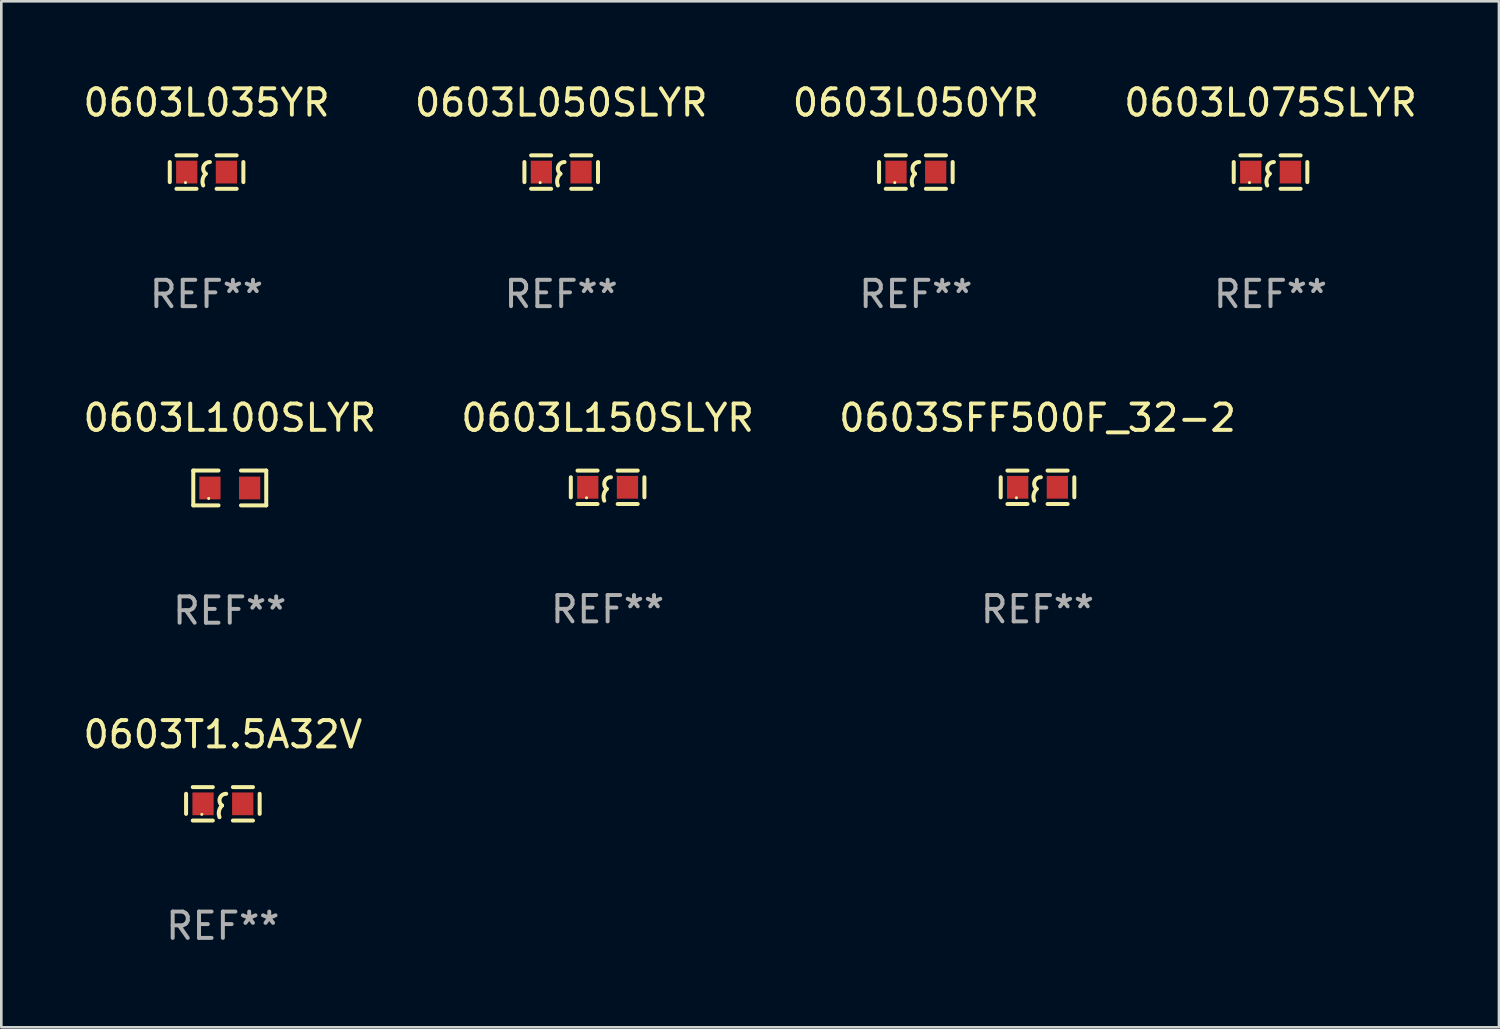
<source format=kicad_pcb>
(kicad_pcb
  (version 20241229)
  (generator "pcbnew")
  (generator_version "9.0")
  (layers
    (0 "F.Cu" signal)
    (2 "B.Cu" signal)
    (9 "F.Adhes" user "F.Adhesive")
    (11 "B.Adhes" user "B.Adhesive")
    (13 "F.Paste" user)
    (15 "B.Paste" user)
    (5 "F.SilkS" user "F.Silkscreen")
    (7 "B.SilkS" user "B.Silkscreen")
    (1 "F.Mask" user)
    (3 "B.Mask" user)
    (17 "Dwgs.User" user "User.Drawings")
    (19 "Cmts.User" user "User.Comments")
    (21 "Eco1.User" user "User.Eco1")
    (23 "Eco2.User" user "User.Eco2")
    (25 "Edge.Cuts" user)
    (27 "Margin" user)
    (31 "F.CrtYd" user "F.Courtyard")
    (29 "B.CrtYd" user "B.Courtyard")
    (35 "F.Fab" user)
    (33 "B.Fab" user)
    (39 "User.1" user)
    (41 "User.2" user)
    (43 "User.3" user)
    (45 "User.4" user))
  (footprint "0603L100SLYR"
    (layer "F.Cu")
    (at 5.673 15.475)
    (property "Reference" "0603L100SLYR" (at 0 -2.661 0) (layer "F.SilkS") (effects (font (size 1 1) (thickness 0.15))))
    (attr through_hole)
    (fp_line (start -1.385 -0.661) (end -0.426 -0.661) (stroke (width 0.152) (type solid)) (layer "F.SilkS"))
    (fp_line (start -1.385 0.661) (end -1.385 -0.661) (stroke (width 0.152) (type solid)) (layer "F.SilkS"))
    (fp_line (start -0.426 0.661) (end -1.385 0.661) (stroke (width 0.152) (type solid)) (layer "F.SilkS"))
    (fp_line (start 0.426 0.661) (end 1.385 0.661) (stroke (width 0.152) (type solid)) (layer "F.SilkS"))
    (fp_line (start 1.385 -0.661) (end 0.426 -0.661) (stroke (width 0.152) (type solid)) (layer "F.SilkS"))
    (fp_line (start 1.385 0.661) (end 1.385 -0.661) (stroke (width 0.152) (type solid)) (layer "F.SilkS"))
    (fp_circle (center -0.8 0.4) (end -0.77 0.4) (stroke (width 0.06) (type solid)) (fill no) (layer "F.SilkS"))
    (fp_text user "REF**" (at 0 4.661 0) (layer "F.Fab") (effects (font (size 1 1) (thickness 0.15))))
    (pad "1" smd rect (at -0.753 0) (size 0.806 0.864) (layers "F.Cu" "F.Mask" "F.Paste"))
    (pad "2" smd rect (at 0.753 0) (size 0.806 0.864) (layers "F.Cu" "F.Mask" "F.Paste")))
  (footprint "0603L150SLYR"
    (layer "F.Cu")
    (at 20.018 15.45)
    (property "Reference" "0603L150SLYR" (at 0 -2.635 0) (layer "F.SilkS") (effects (font (size 1 1) (thickness 0.15))))
    (attr through_hole)
    (fp_line (start -1.397 -0.381) (end -1.397 0.381) (stroke (width 0.152) (type solid)) (layer "F.SilkS"))
    (fp_line (start -0.381 -0.635) (end -1.143 -0.635) (stroke (width 0.152) (type solid)) (layer "F.SilkS"))
    (fp_line (start -0.381 0.635) (end -1.143 0.635) (stroke (width 0.152) (type solid)) (layer "F.SilkS"))
    (fp_line (start 0.381 -0.635) (end 1.143 -0.635) (stroke (width 0.152) (type solid)) (layer "F.SilkS"))
    (fp_line (start 0.381 0.635) (end 1.143 0.635) (stroke (width 0.152) (type solid)) (layer "F.SilkS"))
    (fp_line (start 1.397 -0.381) (end 1.397 0.381) (stroke (width 0.152) (type solid)) (layer "F.SilkS"))
    (fp_arc (start -0.127 0.508001) (mid -0.146523 0.271131) (end -0.030861 0.0635) (stroke (width 0.151994) (type solid)) (layer "F.SilkS"))
    (fp_arc (start -0.03175 0.0635) (mid -0.113571 -0.216321) (end 0.127001 -0.381002) (stroke (width 0.151994) (type solid)) (layer "F.SilkS"))
    (fp_circle (center -0.8 0.4) (end -0.77 0.4) (stroke (width 0.06) (type solid)) (fill no) (layer "F.SilkS"))
    (fp_text user "REF**" (at 0 4.635 0) (layer "F.Fab") (effects (font (size 1 1) (thickness 0.15))))
    (pad "1" smd rect (at -0.753 0) (size 0.806 0.864) (layers "F.Cu" "F.Mask" "F.Paste"))
    (pad "2" smd rect (at 0.753 0) (size 0.806 0.864) (layers "F.Cu" "F.Mask" "F.Paste")))
  (footprint "0603T1.5A32V"
    (layer "F.Cu")
    (at 5.411 27.467)
    (property "Reference" "0603T1.5A32V" (at 0 -2.635 0) (layer "F.SilkS") (effects (font (size 1 1) (thickness 0.15))))
    (attr through_hole)
    (fp_line (start -1.397 -0.381) (end -1.397 0.381) (stroke (width 0.152) (type solid)) (layer "F.SilkS"))
    (fp_line (start -0.381 -0.635) (end -1.143 -0.635) (stroke (width 0.152) (type solid)) (layer "F.SilkS"))
    (fp_line (start -0.381 0.635) (end -1.143 0.635) (stroke (width 0.152) (type solid)) (layer "F.SilkS"))
    (fp_line (start 0.381 -0.635) (end 1.143 -0.635) (stroke (width 0.152) (type solid)) (layer "F.SilkS"))
    (fp_line (start 0.381 0.635) (end 1.143 0.635) (stroke (width 0.152) (type solid)) (layer "F.SilkS"))
    (fp_line (start 1.397 -0.381) (end 1.397 0.381) (stroke (width 0.152) (type solid)) (layer "F.SilkS"))
    (fp_arc (start -0.127 0.508001) (mid -0.146523 0.271131) (end -0.030861 0.0635) (stroke (width 0.151994) (type solid)) (layer "F.SilkS"))
    (fp_arc (start -0.03175 0.0635) (mid -0.113571 -0.216321) (end 0.127001 -0.381002) (stroke (width 0.151994) (type solid)) (layer "F.SilkS"))
    (fp_circle (center -0.8 0.4) (end -0.77 0.4) (stroke (width 0.06) (type solid)) (fill no) (layer "F.SilkS"))
    (fp_text user "REF**" (at 0 4.635 0) (layer "F.Fab") (effects (font (size 1 1) (thickness 0.15))))
    (pad "1" smd rect (at -0.753 0) (size 0.806 0.864) (layers "F.Cu" "F.Mask" "F.Paste"))
    (pad "2" smd rect (at 0.753 0) (size 0.806 0.864) (layers "F.Cu" "F.Mask" "F.Paste")))
  (footprint "0603L050SLYR"
    (layer "F.Cu")
    (at 18.256 3.483)
    (property "Reference" "0603L050SLYR" (at 0 -2.635 0) (layer "F.SilkS") (effects (font (size 1 1) (thickness 0.15))))
    (attr through_hole)
    (fp_line (start -1.397 -0.381) (end -1.397 0.381) (stroke (width 0.152) (type solid)) (layer "F.SilkS"))
    (fp_line (start -0.381 -0.635) (end -1.143 -0.635) (stroke (width 0.152) (type solid)) (layer "F.SilkS"))
    (fp_line (start -0.381 0.635) (end -1.143 0.635) (stroke (width 0.152) (type solid)) (layer "F.SilkS"))
    (fp_line (start 0.381 -0.635) (end 1.143 -0.635) (stroke (width 0.152) (type solid)) (layer "F.SilkS"))
    (fp_line (start 0.381 0.635) (end 1.143 0.635) (stroke (width 0.152) (type solid)) (layer "F.SilkS"))
    (fp_line (start 1.397 -0.381) (end 1.397 0.381) (stroke (width 0.152) (type solid)) (layer "F.SilkS"))
    (fp_arc (start -0.127 0.508001) (mid -0.146523 0.271131) (end -0.030861 0.0635) (stroke (width 0.151994) (type solid)) (layer "F.SilkS"))
    (fp_arc (start -0.03175 0.0635) (mid -0.113571 -0.216321) (end 0.127001 -0.381002) (stroke (width 0.151994) (type solid)) (layer "F.SilkS"))
    (fp_circle (center -0.8 0.4) (end -0.77 0.4) (stroke (width 0.06) (type solid)) (fill no) (layer "F.SilkS"))
    (fp_text user "REF**" (at 0 4.635 0) (layer "F.Fab") (effects (font (size 1 1) (thickness 0.15))))
    (pad "1" smd rect (at -0.753 0) (size 0.806 0.864) (layers "F.Cu" "F.Mask" "F.Paste"))
    (pad "2" smd rect (at 0.753 0) (size 0.806 0.864) (layers "F.Cu" "F.Mask" "F.Paste")))
  (footprint "0603L050YR"
    (layer "F.Cu")
    (at 31.72 3.483)
    (property "Reference" "0603L050YR" (at 0 -2.635 0) (layer "F.SilkS") (effects (font (size 1 1) (thickness 0.15))))
    (attr through_hole)
    (fp_line (start -1.397 -0.381) (end -1.397 0.381) (stroke (width 0.152) (type solid)) (layer "F.SilkS"))
    (fp_line (start -0.381 -0.635) (end -1.143 -0.635) (stroke (width 0.152) (type solid)) (layer "F.SilkS"))
    (fp_line (start -0.381 0.635) (end -1.143 0.635) (stroke (width 0.152) (type solid)) (layer "F.SilkS"))
    (fp_line (start 0.381 -0.635) (end 1.143 -0.635) (stroke (width 0.152) (type solid)) (layer "F.SilkS"))
    (fp_line (start 0.381 0.635) (end 1.143 0.635) (stroke (width 0.152) (type solid)) (layer "F.SilkS"))
    (fp_line (start 1.397 -0.381) (end 1.397 0.381) (stroke (width 0.152) (type solid)) (layer "F.SilkS"))
    (fp_arc (start -0.127 0.508001) (mid -0.146523 0.271131) (end -0.030861 0.0635) (stroke (width 0.151994) (type solid)) (layer "F.SilkS"))
    (fp_arc (start -0.03175 0.0635) (mid -0.113571 -0.216321) (end 0.127001 -0.381002) (stroke (width 0.151994) (type solid)) (layer "F.SilkS"))
    (fp_circle (center -0.8 0.4) (end -0.77 0.4) (stroke (width 0.06) (type solid)) (fill no) (layer "F.SilkS"))
    (fp_text user "REF**" (at 0 4.635 0) (layer "F.Fab") (effects (font (size 1 1) (thickness 0.15))))
    (pad "1" smd rect (at -0.753 0) (size 0.806 0.864) (layers "F.Cu" "F.Mask" "F.Paste"))
    (pad "2" smd rect (at 0.753 0) (size 0.806 0.864) (layers "F.Cu" "F.Mask" "F.Paste")))
  (footprint "0603L075SLYR"
    (layer "F.Cu")
    (at 45.185 3.483)
    (property "Reference" "0603L075SLYR" (at 0 -2.635 0) (layer "F.SilkS") (effects (font (size 1 1) (thickness 0.15))))
    (attr through_hole)
    (fp_line (start -1.397 -0.381) (end -1.397 0.381) (stroke (width 0.152) (type solid)) (layer "F.SilkS"))
    (fp_line (start -0.381 -0.635) (end -1.143 -0.635) (stroke (width 0.152) (type solid)) (layer "F.SilkS"))
    (fp_line (start -0.381 0.635) (end -1.143 0.635) (stroke (width 0.152) (type solid)) (layer "F.SilkS"))
    (fp_line (start 0.381 -0.635) (end 1.143 -0.635) (stroke (width 0.152) (type solid)) (layer "F.SilkS"))
    (fp_line (start 0.381 0.635) (end 1.143 0.635) (stroke (width 0.152) (type solid)) (layer "F.SilkS"))
    (fp_line (start 1.397 -0.381) (end 1.397 0.381) (stroke (width 0.152) (type solid)) (layer "F.SilkS"))
    (fp_arc (start -0.127 0.508001) (mid -0.146523 0.271131) (end -0.030861 0.0635) (stroke (width 0.151994) (type solid)) (layer "F.SilkS"))
    (fp_arc (start -0.03175 0.0635) (mid -0.113571 -0.216321) (end 0.127001 -0.381002) (stroke (width 0.151994) (type solid)) (layer "F.SilkS"))
    (fp_circle (center -0.8 0.4) (end -0.77 0.4) (stroke (width 0.06) (type solid)) (fill no) (layer "F.SilkS"))
    (fp_text user "REF**" (at 0 4.635 0) (layer "F.Fab") (effects (font (size 1 1) (thickness 0.15))))
    (pad "1" smd rect (at -0.753 0) (size 0.806 0.864) (layers "F.Cu" "F.Mask" "F.Paste"))
    (pad "2" smd rect (at 0.753 0) (size 0.806 0.864) (layers "F.Cu" "F.Mask" "F.Paste")))
  (footprint "0603SFF500F_32-2"
    (layer "F.Cu")
    (at 36.339 15.45)
    (property "Reference" "0603SFF500F_32-2" (at 0 -2.635 0) (layer "F.SilkS") (effects (font (size 1 1) (thickness 0.15))))
    (attr through_hole)
    (fp_line (start -1.397 -0.381) (end -1.397 0.381) (stroke (width 0.152) (type solid)) (layer "F.SilkS"))
    (fp_line (start -0.381 -0.635) (end -1.143 -0.635) (stroke (width 0.152) (type solid)) (layer "F.SilkS"))
    (fp_line (start -0.381 0.635) (end -1.143 0.635) (stroke (width 0.152) (type solid)) (layer "F.SilkS"))
    (fp_line (start 0.381 -0.635) (end 1.143 -0.635) (stroke (width 0.152) (type solid)) (layer "F.SilkS"))
    (fp_line (start 0.381 0.635) (end 1.143 0.635) (stroke (width 0.152) (type solid)) (layer "F.SilkS"))
    (fp_line (start 1.397 -0.381) (end 1.397 0.381) (stroke (width 0.152) (type solid)) (layer "F.SilkS"))
    (fp_arc (start -0.127 0.508001) (mid -0.146523 0.271131) (end -0.030861 0.0635) (stroke (width 0.151994) (type solid)) (layer "F.SilkS"))
    (fp_arc (start -0.03175 0.0635) (mid -0.113571 -0.216321) (end 0.127001 -0.381002) (stroke (width 0.151994) (type solid)) (layer "F.SilkS"))
    (fp_circle (center -0.8 0.4) (end -0.77 0.4) (stroke (width 0.06) (type solid)) (fill no) (layer "F.SilkS"))
    (fp_text user "REF**" (at 0 4.635 0) (layer "F.Fab") (effects (font (size 1 1) (thickness 0.15))))
    (pad "1" smd rect (at -0.753 0) (size 0.806 0.864) (layers "F.Cu" "F.Mask" "F.Paste"))
    (pad "2" smd rect (at 0.753 0) (size 0.806 0.864) (layers "F.Cu" "F.Mask" "F.Paste")))
  (footprint "0603L035YR"
    (layer "F.Cu")
    (at 4.792 3.483)
    (property "Reference" "0603L035YR" (at 0 -2.635 0) (layer "F.SilkS") (effects (font (size 1 1) (thickness 0.15))))
    (attr through_hole)
    (fp_line (start -1.397 -0.381) (end -1.397 0.381) (stroke (width 0.152) (type solid)) (layer "F.SilkS"))
    (fp_line (start -0.381 -0.635) (end -1.143 -0.635) (stroke (width 0.152) (type solid)) (layer "F.SilkS"))
    (fp_line (start -0.381 0.635) (end -1.143 0.635) (stroke (width 0.152) (type solid)) (layer "F.SilkS"))
    (fp_line (start 0.381 -0.635) (end 1.143 -0.635) (stroke (width 0.152) (type solid)) (layer "F.SilkS"))
    (fp_line (start 0.381 0.635) (end 1.143 0.635) (stroke (width 0.152) (type solid)) (layer "F.SilkS"))
    (fp_line (start 1.397 -0.381) (end 1.397 0.381) (stroke (width 0.152) (type solid)) (layer "F.SilkS"))
    (fp_arc (start -0.127 0.508001) (mid -0.146523 0.271131) (end -0.030861 0.0635) (stroke (width 0.151994) (type solid)) (layer "F.SilkS"))
    (fp_arc (start -0.03175 0.0635) (mid -0.113571 -0.216321) (end 0.127001 -0.381002) (stroke (width 0.151994) (type solid)) (layer "F.SilkS"))
    (fp_circle (center -0.8 0.4) (end -0.77 0.4) (stroke (width 0.06) (type solid)) (fill no) (layer "F.SilkS"))
    (fp_text user "REF**" (at 0 4.635 0) (layer "F.Fab") (effects (font (size 1 1) (thickness 0.15))))
    (pad "1" smd rect (at -0.753 0) (size 0.806 0.864) (layers "F.Cu" "F.Mask" "F.Paste"))
    (pad "2" smd rect (at 0.753 0) (size 0.806 0.864) (layers "F.Cu" "F.Mask" "F.Paste")))
  (gr_rect
    (start -3 -3)
    (end 53.857 35.951)
    (stroke (width 0.1) (type default))
    (fill no)
    (layer "Edge.Cuts")))
</source>
